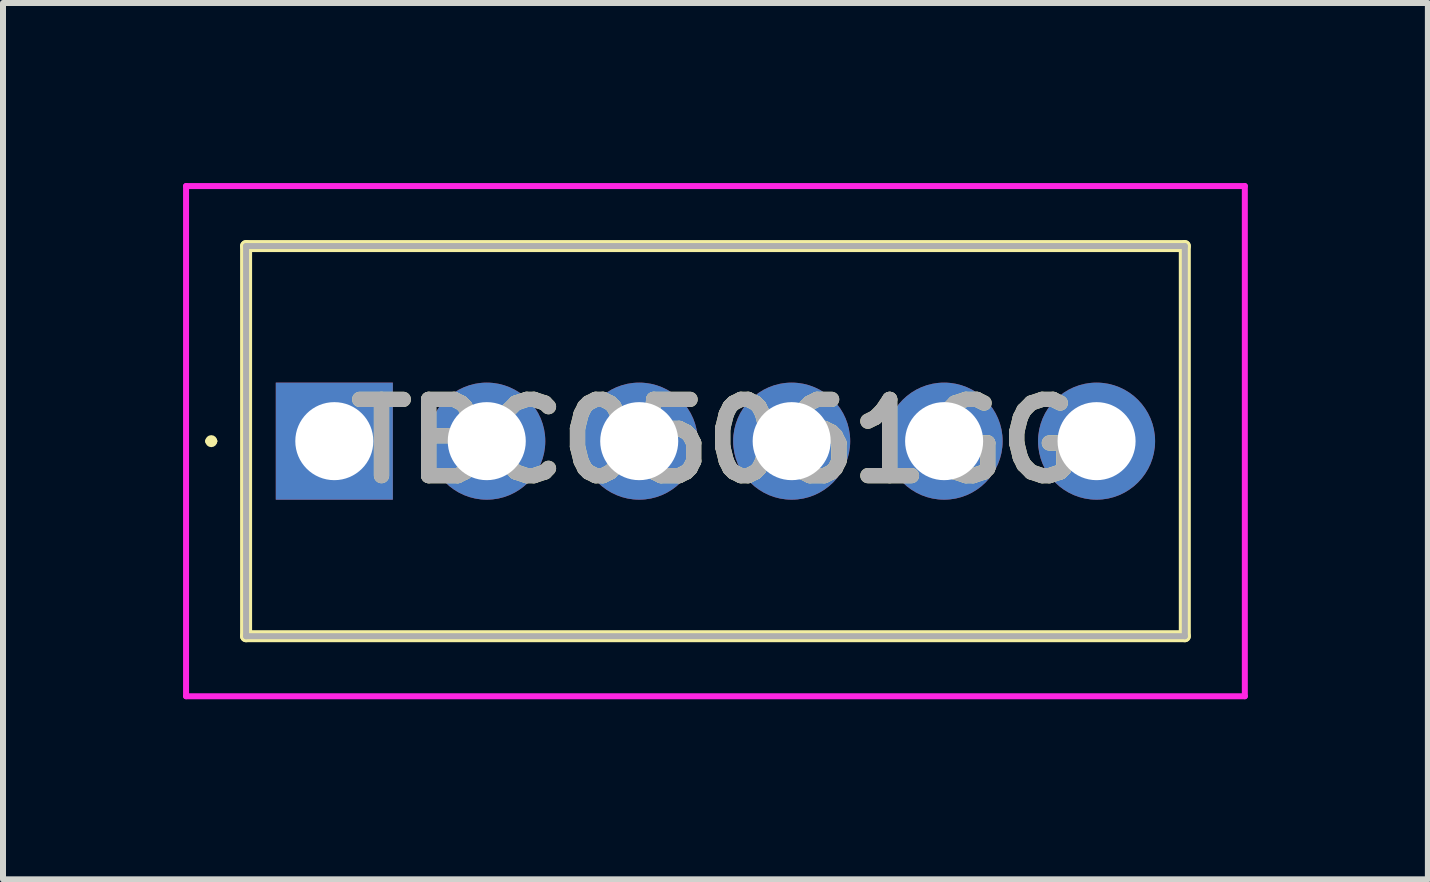
<source format=kicad_pcb>
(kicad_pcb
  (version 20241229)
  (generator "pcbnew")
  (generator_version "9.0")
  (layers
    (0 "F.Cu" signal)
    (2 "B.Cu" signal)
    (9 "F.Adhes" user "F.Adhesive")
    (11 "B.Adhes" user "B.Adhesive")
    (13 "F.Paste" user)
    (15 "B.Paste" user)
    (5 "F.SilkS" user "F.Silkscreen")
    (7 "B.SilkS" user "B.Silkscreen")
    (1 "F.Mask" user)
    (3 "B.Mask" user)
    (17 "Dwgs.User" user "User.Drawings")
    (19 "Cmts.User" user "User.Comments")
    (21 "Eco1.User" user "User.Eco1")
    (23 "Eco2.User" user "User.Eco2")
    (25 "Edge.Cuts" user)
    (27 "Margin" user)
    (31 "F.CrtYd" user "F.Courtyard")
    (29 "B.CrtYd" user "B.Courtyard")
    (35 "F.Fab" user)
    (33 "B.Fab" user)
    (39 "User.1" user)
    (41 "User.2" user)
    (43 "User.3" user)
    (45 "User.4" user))
  (footprint "TBC05061GG"
    (layer "F.Cu")
    (at 2.52 4.3)
    (property "Reference" "TBC05061GG" (at 6.35 0 0) (layer "F.SilkS") (effects (font (size 1.27 1.27) (thickness 0.254))))
    (attr through_hole)
    (fp_line (start -2.1 0) (end -2.1 0) (stroke (width 0.1) (type solid)) (layer "F.SilkS"))
    (fp_line (start -2 0) (end -2 0) (stroke (width 0.1) (type solid)) (layer "F.SilkS"))
    (fp_line (start -1.47 -3.25) (end 14.17 -3.25) (stroke (width 0.2) (type solid)) (layer "F.SilkS"))
    (fp_line (start -1.47 3.25) (end -1.47 -3.25) (stroke (width 0.2) (type solid)) (layer "F.SilkS"))
    (fp_line (start 14.17 -3.25) (end 14.17 3.25) (stroke (width 0.2) (type solid)) (layer "F.SilkS"))
    (fp_line (start 14.17 3.25) (end -1.47 3.25) (stroke (width 0.2) (type solid)) (layer "F.SilkS"))
    (fp_arc (start -2.1 0) (mid -2.05 -0.05) (end -2 0) (stroke (width 0.1) (type solid)) (layer "F.SilkS"))
    (fp_arc (start -2 0) (mid -2.05 0.05) (end -2.1 0) (stroke (width 0.1) (type solid)) (layer "F.SilkS"))
    (fp_line (start -2.47 -4.25) (end 15.17 -4.25) (stroke (width 0.1) (type solid)) (layer "F.CrtYd"))
    (fp_line (start -2.47 4.25) (end -2.47 -4.25) (stroke (width 0.1) (type solid)) (layer "F.CrtYd"))
    (fp_line (start 15.17 -4.25) (end 15.17 4.25) (stroke (width 0.1) (type solid)) (layer "F.CrtYd"))
    (fp_line (start 15.17 4.25) (end -2.47 4.25) (stroke (width 0.1) (type solid)) (layer "F.CrtYd"))
    (fp_line (start -1.47 -3.25) (end 14.17 -3.25) (stroke (width 0.1) (type solid)) (layer "F.Fab"))
    (fp_line (start -1.47 3.25) (end -1.47 -3.25) (stroke (width 0.1) (type solid)) (layer "F.Fab"))
    (fp_line (start 14.17 -3.25) (end 14.17 3.25) (stroke (width 0.1) (type solid)) (layer "F.Fab"))
    (fp_line (start 14.17 3.25) (end -1.47 3.25) (stroke (width 0.1) (type solid)) (layer "F.Fab"))
    (fp_text user "${REFERENCE}" (at 6.35 0 0) (layer "F.Fab") (effects (font (size 1.27 1.27) (thickness 0.254))))
    (pad "1" thru_hole rect (at 0 0) (size 1.95 1.95) (drill 1.3) (layers "*.Cu" "*.Mask"))
    (pad "2" thru_hole circle (at 2.54 0) (size 1.95 1.95) (drill 1.3) (layers "*.Cu" "*.Mask"))
    (pad "3" thru_hole circle (at 5.08 0) (size 1.95 1.95) (drill 1.3) (layers "*.Cu" "*.Mask"))
    (pad "4" thru_hole circle (at 7.62 0) (size 1.95 1.95) (drill 1.3) (layers "*.Cu" "*.Mask"))
    (pad "5" thru_hole circle (at 10.16 0) (size 1.95 1.95) (drill 1.3) (layers "*.Cu" "*.Mask"))
    (pad "6" thru_hole circle (at 12.7 0) (size 1.95 1.95) (drill 1.3) (layers "*.Cu" "*.Mask")))
  (gr_rect
    (start -3 -3)
    (end 20.74 11.6)
    (stroke (width 0.1) (type default))
    (fill no)
    (layer "Edge.Cuts")))
</source>
